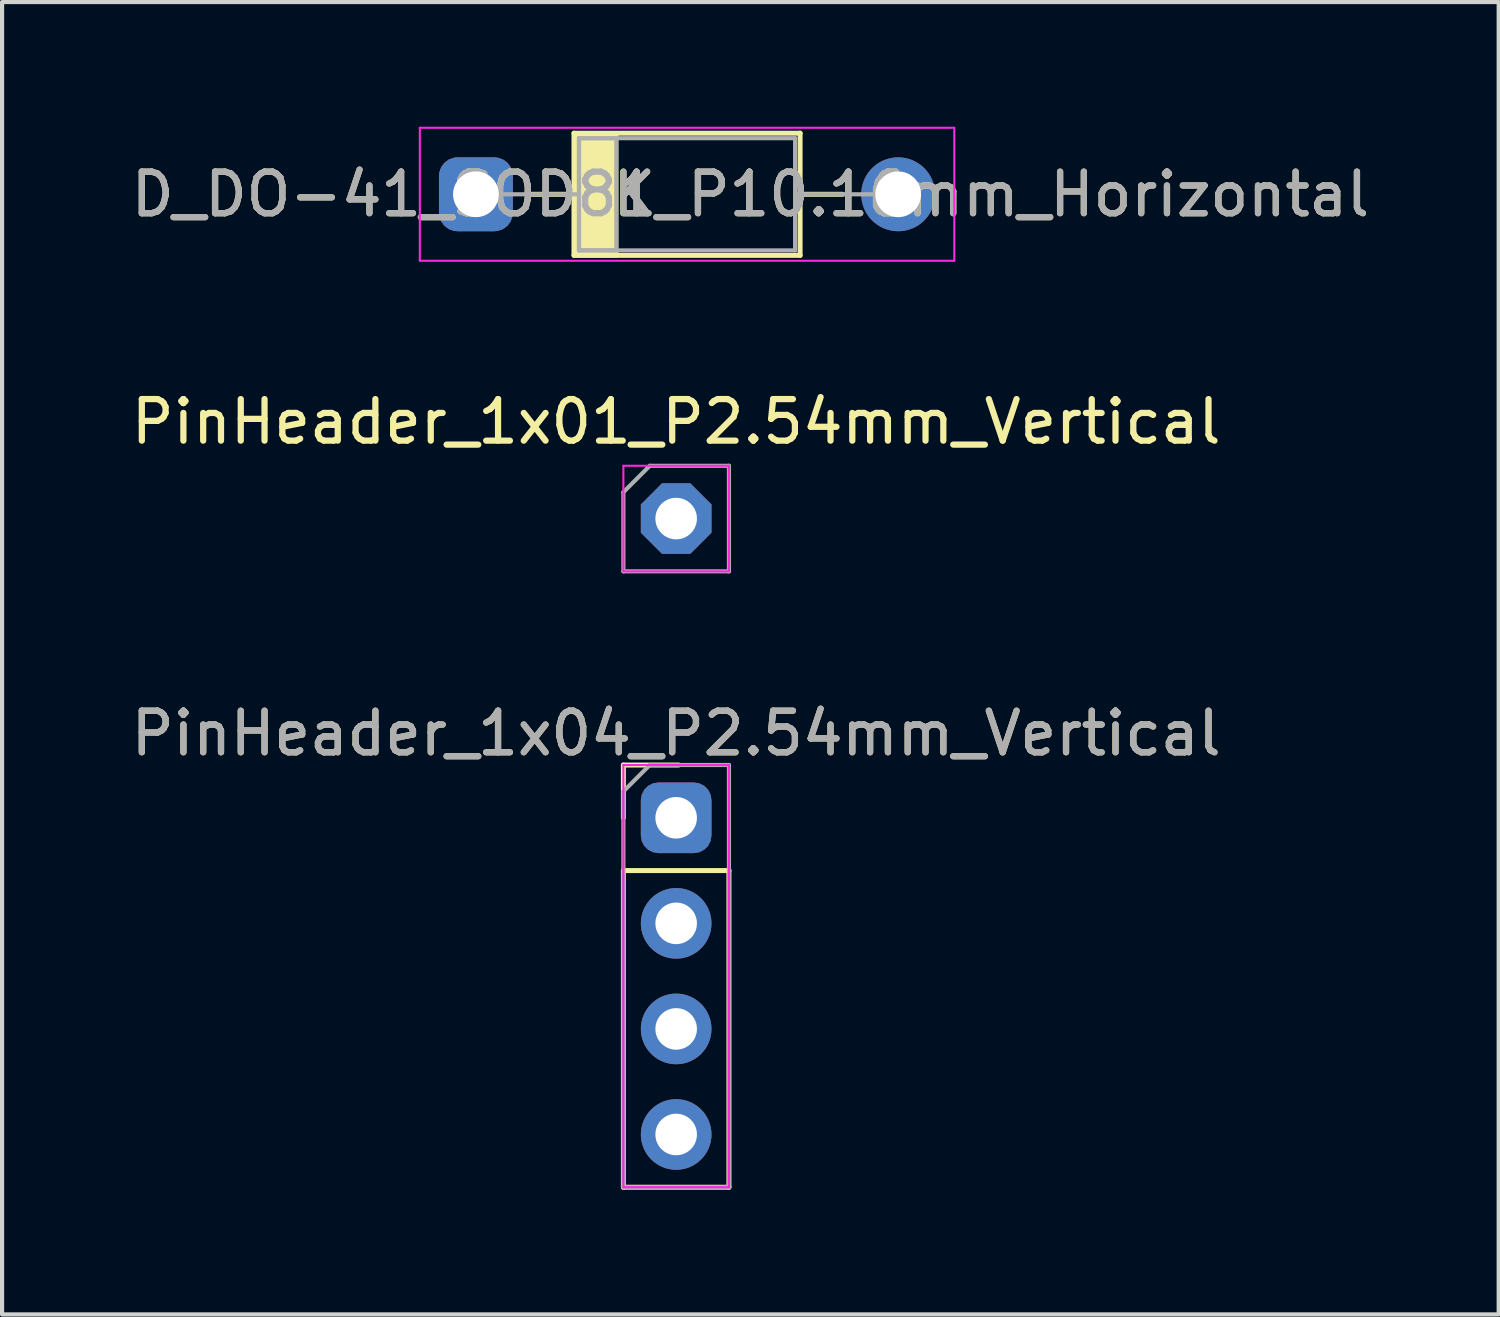
<source format=kicad_pcb>
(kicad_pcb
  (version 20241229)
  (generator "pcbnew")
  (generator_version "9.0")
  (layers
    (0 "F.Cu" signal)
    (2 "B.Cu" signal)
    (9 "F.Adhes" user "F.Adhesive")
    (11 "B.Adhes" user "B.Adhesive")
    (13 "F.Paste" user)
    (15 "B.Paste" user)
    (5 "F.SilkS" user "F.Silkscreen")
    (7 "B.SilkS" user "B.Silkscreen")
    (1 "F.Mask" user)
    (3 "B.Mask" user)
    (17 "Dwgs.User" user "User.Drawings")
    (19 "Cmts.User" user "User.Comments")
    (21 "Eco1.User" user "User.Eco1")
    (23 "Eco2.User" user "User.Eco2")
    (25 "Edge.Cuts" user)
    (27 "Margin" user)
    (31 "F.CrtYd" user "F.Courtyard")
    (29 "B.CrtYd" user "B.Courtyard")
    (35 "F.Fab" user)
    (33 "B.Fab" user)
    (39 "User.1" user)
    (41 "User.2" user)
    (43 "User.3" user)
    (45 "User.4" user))
  (footprint "PinHeader_1x01_P2.54mm_Vertical"
    (layer "F.Cu")
    (at 13.22 9.428)
    (property "Reference" "PinHeader_1x01_P2.54mm_Vertical" (at 0 -2.33 0) (layer "F.SilkS") (effects (font (size 1 1) (thickness 0.15))))
    (attr through_hole exclude_from_pos_files exclude_from_bom allow_missing_courtyard)
    (fp_line (start -1.27 -1.27) (end -1.27 1.27) (stroke (width 0.05) (type solid)) (layer "F.CrtYd"))
    (fp_line (start -1.27 1.27) (end 1.27 1.27) (stroke (width 0.05) (type solid)) (layer "F.CrtYd"))
    (fp_line (start 1.27 -1.27) (end -1.27 -1.27) (stroke (width 0.05) (type solid)) (layer "F.CrtYd"))
    (fp_line (start 1.27 1.27) (end 1.27 -1.27) (stroke (width 0.05) (type solid)) (layer "F.CrtYd"))
    (fp_line (start -1.27 -0.635) (end -0.635 -1.27) (stroke (width 0.1) (type solid)) (layer "F.Fab"))
    (fp_line (start -1.27 1.27) (end -1.27 -0.635) (stroke (width 0.1) (type solid)) (layer "F.Fab"))
    (fp_line (start -0.635 -1.27) (end 1.27 -1.27) (stroke (width 0.1) (type solid)) (layer "F.Fab"))
    (fp_line (start 1.27 -1.27) (end 1.27 1.27) (stroke (width 0.1) (type solid)) (layer "F.Fab"))
    (fp_line (start 1.27 1.27) (end -1.27 1.27) (stroke (width 0.1) (type solid)) (layer "F.Fab"))
    (pad "1" thru_hole roundrect (at 0 0 180) (size 1.7 1.7) (drill 1) (layers "*.Cu" "*.Mask") (roundrect_rratio 0) (chamfer_ratio 0.3) (chamfer top_left top_right bottom_left bottom_right)))
  (footprint "PinHeader_1x04_P2.54mm_Vertical"
    (layer "F.Cu")
    (at 13.22 16.628)
    (property "Reference" "PinHeader_1x04_P2.54mm_Vertical" (at 0 -2.032 0) (layer "F.SilkS") (effects (font (size 1 1) (thickness 0.15))))
    (attr through_hole)
    (fp_line (start -1.27 -1.27) (end 0.06 -1.27) (stroke (width 0.12) (type solid)) (layer "F.SilkS"))
    (fp_line (start -1.27 0) (end -1.27 -1.27) (stroke (width 0.12) (type solid)) (layer "F.SilkS"))
    (fp_line (start -1.27 1.27) (end -1.27 8.89) (stroke (width 0.12) (type solid)) (layer "F.SilkS"))
    (fp_line (start -1.27 1.27) (end 1.27 1.27) (stroke (width 0.12) (type solid)) (layer "F.SilkS"))
    (fp_line (start -1.27 8.89) (end 1.27 8.89) (stroke (width 0.12) (type solid)) (layer "F.SilkS"))
    (fp_line (start 1.27 1.27) (end 1.27 8.89) (stroke (width 0.12) (type solid)) (layer "F.SilkS"))
    (fp_line (start -1.27 -1.27) (end -1.27 8.89) (stroke (width 0.05) (type solid)) (layer "F.CrtYd"))
    (fp_line (start -1.27 8.89) (end 1.27 8.89) (stroke (width 0.05) (type solid)) (layer "F.CrtYd"))
    (fp_line (start 1.27 -1.27) (end -1.27 -1.27) (stroke (width 0.05) (type solid)) (layer "F.CrtYd"))
    (fp_line (start 1.27 8.89) (end 1.27 -1.27) (stroke (width 0.05) (type solid)) (layer "F.CrtYd"))
    (fp_line (start -1.27 -0.635) (end -0.635 -1.27) (stroke (width 0.1) (type solid)) (layer "F.Fab"))
    (fp_line (start -1.27 8.89) (end -1.27 -0.635) (stroke (width 0.1) (type solid)) (layer "F.Fab"))
    (fp_line (start -0.635 -1.27) (end 1.27 -1.27) (stroke (width 0.1) (type solid)) (layer "F.Fab"))
    (fp_line (start 1.27 -1.27) (end 1.27 8.89) (stroke (width 0.1) (type solid)) (layer "F.Fab"))
    (fp_line (start 1.27 8.89) (end -1.27 8.89) (stroke (width 0.1) (type solid)) (layer "F.Fab"))
    (fp_text user "${REFERENCE}" (at 0 -2.032 0) (layer "F.Fab") (effects (font (size 1 1) (thickness 0.15))))
    (pad "1" thru_hole roundrect (at 0 0) (size 1.7 1.7) (drill 1) (layers "*.Cu" "*.Mask") (roundrect_rratio 0.25))
    (pad "2" thru_hole oval (at 0 2.54) (size 1.7 1.7) (drill 1) (layers "*.Cu" "*.Mask"))
    (pad "3" thru_hole oval (at 0 5.08) (size 1.7 1.7) (drill 1) (layers "*.Cu" "*.Mask"))
    (pad "4" thru_hole oval (at 0 7.62) (size 1.7 1.7) (drill 1) (layers "*.Cu" "*.Mask")))
  (footprint "D_DO-41_SOD81_P10.16mm_Horizontal"
    (layer "F.Cu")
    (at 8.402 1.625)
    (property "Reference" "D_DO-41_SOD81_P10.16mm_Horizontal" (at 6.604 0 0) (layer "F.SilkS") (effects (font (size 1 1) (thickness 0.15))))
    (attr through_hole)
    (fp_line (start 1.34 0) (end 2.36 0) (stroke (width 0.12) (type solid)) (layer "F.SilkS"))
    (fp_line (start 2.36 -1.47) (end 2.36 1.47) (stroke (width 0.12) (type solid)) (layer "F.SilkS"))
    (fp_line (start 2.36 1.47) (end 7.8 1.47) (stroke (width 0.12) (type solid)) (layer "F.SilkS"))
    (fp_line (start 7.8 -1.47) (end 2.36 -1.47) (stroke (width 0.12) (type solid)) (layer "F.SilkS"))
    (fp_line (start 7.8 1.47) (end 7.8 -1.47) (stroke (width 0.12) (type solid)) (layer "F.SilkS"))
    (fp_line (start 8.82 0) (end 7.8 0) (stroke (width 0.12) (type solid)) (layer "F.SilkS"))
    (fp_rect (start 2.36 -1.47) (end 3.378 1.473) (stroke (width 0.1) (type solid)) (fill yes) (layer "F.SilkS"))
    (fp_line (start -1.35 -1.6) (end -1.35 1.6) (stroke (width 0.05) (type solid)) (layer "F.CrtYd"))
    (fp_line (start -1.35 1.6) (end 11.51 1.6) (stroke (width 0.05) (type solid)) (layer "F.CrtYd"))
    (fp_line (start 11.51 -1.6) (end -1.35 -1.6) (stroke (width 0.05) (type solid)) (layer "F.CrtYd"))
    (fp_line (start 11.51 1.6) (end 11.51 -1.6) (stroke (width 0.05) (type solid)) (layer "F.CrtYd"))
    (fp_line (start 0 0) (end 2.48 0) (stroke (width 0.1) (type solid)) (layer "F.Fab"))
    (fp_line (start 2.48 -1.35) (end 2.48 1.35) (stroke (width 0.1) (type solid)) (layer "F.Fab"))
    (fp_line (start 2.48 1.35) (end 7.68 1.35) (stroke (width 0.1) (type solid)) (layer "F.Fab"))
    (fp_line (start 7.68 -1.35) (end 2.48 -1.35) (stroke (width 0.1) (type solid)) (layer "F.Fab"))
    (fp_line (start 7.68 1.35) (end 7.68 -1.35) (stroke (width 0.1) (type solid)) (layer "F.Fab"))
    (fp_line (start 10.16 0) (end 7.68 0) (stroke (width 0.1) (type solid)) (layer "F.Fab"))
    (fp_rect (start 2.48 -1.35) (end 3.378 1.346) (stroke (width 0.1) (type solid)) (fill no) (layer "F.Fab"))
    (fp_text user "K" (at 3.81 0 0) (layer "F.SilkS") (effects (font (size 1 1) (thickness 0.15))))
    (fp_text user "K" (at 3.81 0 0) (layer "F.Fab") (effects (font (size 1 1) (thickness 0.15))))
    (fp_text user "${REFERENCE}" (at 6.604 0 0) (layer "F.Fab") (effects (font (size 1 1) (thickness 0.15))))
    (pad "1" thru_hole roundrect (at 0 0) (size 1.778 1.778) (drill 1.1) (layers "*.Cu" "*.Mask") (roundrect_rratio 0.25))
    (pad "2" thru_hole oval (at 10.16 0) (size 1.778 1.778) (drill 1.1) (layers "*.Cu" "*.Mask")))
  (gr_rect
    (start -3 -3)
    (end 33.012 28.578)
    (stroke (width 0.1) (type default))
    (fill no)
    (layer "Edge.Cuts")))
</source>
